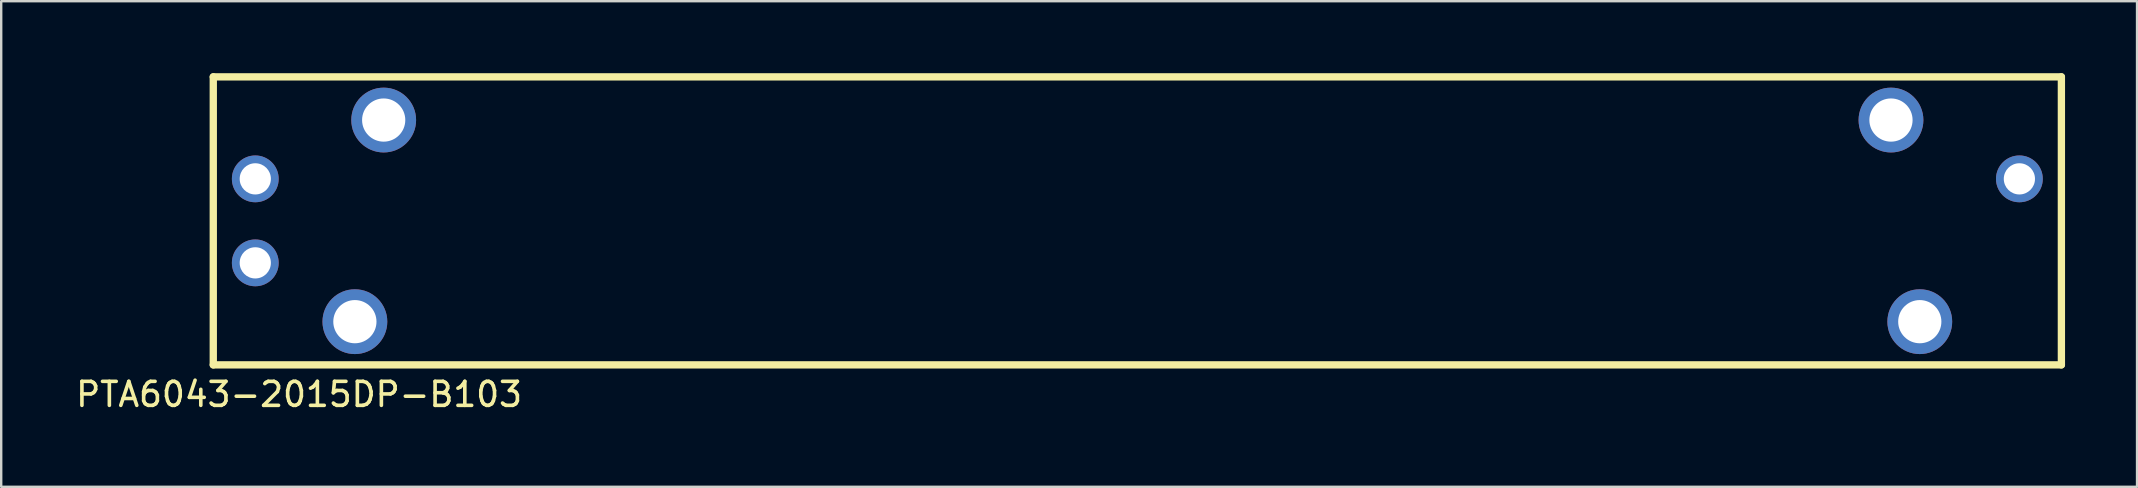
<source format=kicad_pcb>
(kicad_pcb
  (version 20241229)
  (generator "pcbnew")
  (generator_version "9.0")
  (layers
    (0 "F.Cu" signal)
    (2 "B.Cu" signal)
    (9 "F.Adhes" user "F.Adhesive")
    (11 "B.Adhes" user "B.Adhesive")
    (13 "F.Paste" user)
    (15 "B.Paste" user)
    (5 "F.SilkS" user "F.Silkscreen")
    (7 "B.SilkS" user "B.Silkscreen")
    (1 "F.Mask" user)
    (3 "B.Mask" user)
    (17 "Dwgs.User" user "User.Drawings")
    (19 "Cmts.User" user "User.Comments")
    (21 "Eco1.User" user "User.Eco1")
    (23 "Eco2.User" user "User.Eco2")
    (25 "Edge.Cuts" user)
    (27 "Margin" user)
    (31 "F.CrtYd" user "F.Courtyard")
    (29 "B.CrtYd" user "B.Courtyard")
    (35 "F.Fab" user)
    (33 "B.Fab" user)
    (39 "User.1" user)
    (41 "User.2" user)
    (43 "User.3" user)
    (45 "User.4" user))
  (footprint "PTA6043-2015DP-B103"
    (layer "F.Cu")
    (at 44.336 6.152)
    (property "Reference" "PTA6043-2015DP-B103" (at -34.925 7.231 0) (layer "F.SilkS") (effects (font (size 1 1) (thickness 0.15))))
    (attr through_hole)
    (fp_line (start -38.5 -6) (end -38.5 6) (stroke (width 0.305) (type solid)) (layer "F.SilkS"))
    (fp_line (start -38.5 -6) (end 38.5 -6) (stroke (width 0.305) (type solid)) (layer "F.SilkS"))
    (fp_line (start -38.5 6) (end 38.5 6) (stroke (width 0.305) (type solid)) (layer "F.SilkS"))
    (fp_line (start 38.5 -6) (end 38.5 6) (stroke (width 0.305) (type solid)) (layer "F.SilkS"))
    (pad "1" thru_hole circle (at -36.75 -1.75) (size 1.95 1.95) (drill 1.3) (layers "*.Cu" "*.Mask"))
    (pad "2" thru_hole circle (at -36.75 1.75) (size 1.95 1.95) (drill 1.3) (layers "*.Cu" "*.Mask"))
    (pad "3" thru_hole circle (at 36.75 -1.75) (size 1.95 1.95) (drill 1.3) (layers "*.Cu" "*.Mask"))
    (pad "S1" thru_hole circle (at -31.4 -4.2) (size 2.7 2.7) (drill 1.8) (layers "*.Cu" "*.Mask"))
    (pad "S2" thru_hole circle (at -32.6 4.2) (size 2.7 2.7) (drill 1.8) (layers "*.Cu" "*.Mask"))
    (pad "S3" thru_hole circle (at 31.4 -4.2) (size 2.7 2.7) (drill 1.8) (layers "*.Cu" "*.Mask"))
    (pad "S4" thru_hole circle (at 32.6 4.2) (size 2.7 2.7) (drill 1.8) (layers "*.Cu" "*.Mask")))
  (gr_rect
    (start -3 -3)
    (end 85.988 17.232)
    (stroke (width 0.1) (type default))
    (fill no)
    (layer "Edge.Cuts")))
</source>
